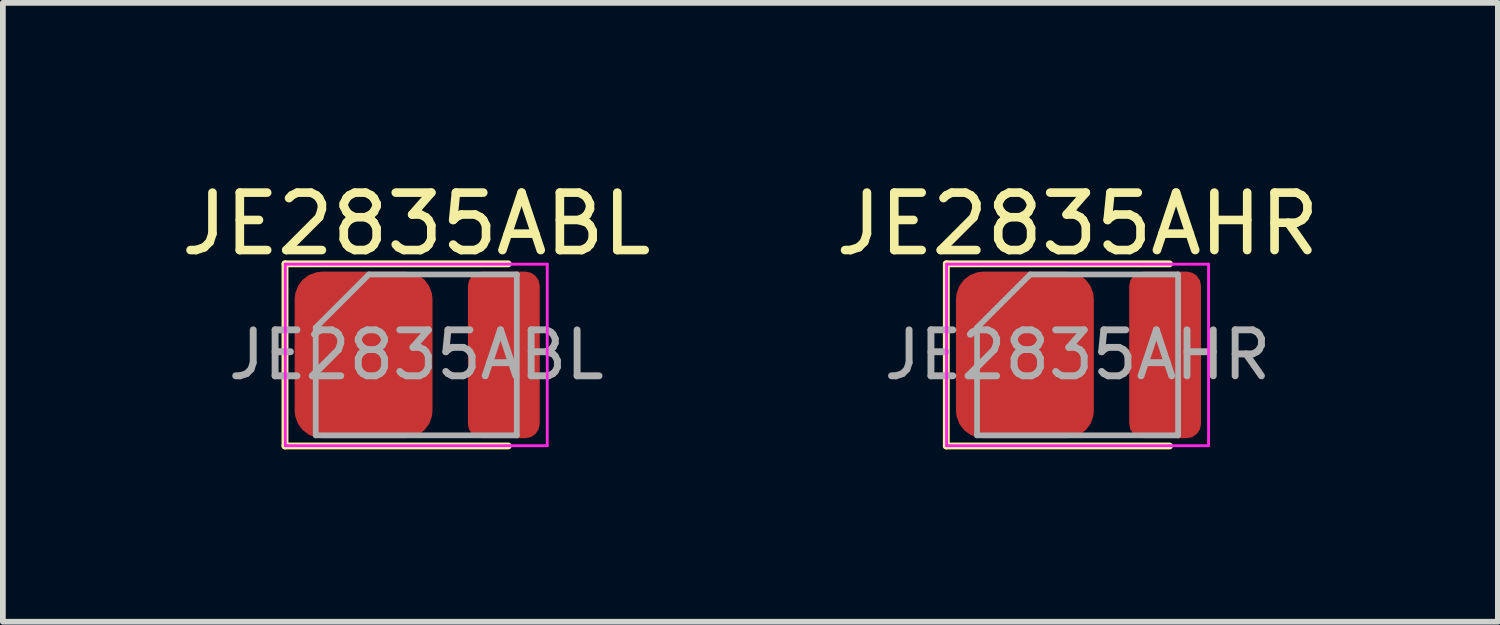
<source format=kicad_pcb>
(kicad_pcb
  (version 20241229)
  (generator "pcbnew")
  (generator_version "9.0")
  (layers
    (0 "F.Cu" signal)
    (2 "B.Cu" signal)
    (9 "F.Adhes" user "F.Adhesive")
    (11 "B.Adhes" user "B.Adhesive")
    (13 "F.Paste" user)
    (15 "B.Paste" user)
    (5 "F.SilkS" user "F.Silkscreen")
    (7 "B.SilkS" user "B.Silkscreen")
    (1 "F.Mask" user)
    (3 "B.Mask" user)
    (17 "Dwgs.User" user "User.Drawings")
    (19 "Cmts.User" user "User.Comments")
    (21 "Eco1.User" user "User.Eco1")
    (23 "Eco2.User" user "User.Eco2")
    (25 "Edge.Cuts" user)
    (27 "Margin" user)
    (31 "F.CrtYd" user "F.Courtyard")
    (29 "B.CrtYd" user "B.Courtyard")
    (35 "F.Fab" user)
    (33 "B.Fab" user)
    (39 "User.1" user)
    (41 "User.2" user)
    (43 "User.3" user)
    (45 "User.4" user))
  (footprint "JE2835AHR"
    (layer "F.Cu")
    (at 15.708 3.128)
    (property "Reference" "JE2835AHR" (at 0 -2.28 0) (layer "F.SilkS") (effects (font (size 1 1) (thickness 0.15))))
    (attr smd)
    (fp_line (start -2.285 -1.585) (end -2.285 1.585) (stroke (width 0.12) (type solid)) (layer "F.SilkS"))
    (fp_line (start -2.285 1.585) (end 1.6 1.585) (stroke (width 0.12) (type solid)) (layer "F.SilkS"))
    (fp_line (start 1.6 -1.585) (end -2.285 -1.585) (stroke (width 0.12) (type solid)) (layer "F.SilkS"))
    (fp_line (start -2.28 -1.58) (end 2.28 -1.58) (stroke (width 0.05) (type solid)) (layer "F.CrtYd"))
    (fp_line (start -2.28 1.58) (end -2.28 -1.58) (stroke (width 0.05) (type solid)) (layer "F.CrtYd"))
    (fp_line (start 2.28 -1.58) (end 2.28 1.58) (stroke (width 0.05) (type solid)) (layer "F.CrtYd"))
    (fp_line (start 2.28 1.58) (end -2.28 1.58) (stroke (width 0.05) (type solid)) (layer "F.CrtYd"))
    (fp_line (start -1.75 -0.475) (end -1.75 1.4) (stroke (width 0.1) (type solid)) (layer "F.Fab"))
    (fp_line (start -1.75 1.4) (end 1.75 1.4) (stroke (width 0.1) (type solid)) (layer "F.Fab"))
    (fp_line (start -0.825 -1.4) (end -1.75 -0.475) (stroke (width 0.1) (type solid)) (layer "F.Fab"))
    (fp_line (start 1.75 -1.4) (end -0.825 -1.4) (stroke (width 0.1) (type solid)) (layer "F.Fab"))
    (fp_line (start 1.75 1.4) (end 1.75 -1.4) (stroke (width 0.1) (type solid)) (layer "F.Fab"))
    (fp_text user "${REFERENCE}" (at 0 0 0) (layer "F.Fab") (effects (font (size 0.8 0.8) (thickness 0.12))))
    (pad "1" smd roundrect (at 1.524 0) (size 1.25 2.9) (layers "F.Cu" "F.Mask" "F.Paste") (roundrect_rratio 0.2))
    (pad "2" smd roundrect (at -0.917 0) (size 2.4 2.9) (layers "F.Cu" "F.Mask" "F.Paste") (roundrect_rratio 0.2)))
  (footprint "JE2835ABL"
    (layer "F.Cu")
    (at 4.196 3.128)
    (property "Reference" "JE2835ABL" (at 0 -2.28 0) (layer "F.SilkS") (effects (font (size 1 1) (thickness 0.15))))
    (attr smd)
    (fp_line (start -2.285 -1.585) (end -2.285 1.585) (stroke (width 0.12) (type solid)) (layer "F.SilkS"))
    (fp_line (start -2.285 1.585) (end 1.6 1.585) (stroke (width 0.12) (type solid)) (layer "F.SilkS"))
    (fp_line (start 1.6 -1.585) (end -2.285 -1.585) (stroke (width 0.12) (type solid)) (layer "F.SilkS"))
    (fp_line (start -2.28 -1.58) (end 2.28 -1.58) (stroke (width 0.05) (type solid)) (layer "F.CrtYd"))
    (fp_line (start -2.28 1.58) (end -2.28 -1.58) (stroke (width 0.05) (type solid)) (layer "F.CrtYd"))
    (fp_line (start 2.28 -1.58) (end 2.28 1.58) (stroke (width 0.05) (type solid)) (layer "F.CrtYd"))
    (fp_line (start 2.28 1.58) (end -2.28 1.58) (stroke (width 0.05) (type solid)) (layer "F.CrtYd"))
    (fp_line (start -1.75 -0.475) (end -1.75 1.4) (stroke (width 0.1) (type solid)) (layer "F.Fab"))
    (fp_line (start -1.75 1.4) (end 1.75 1.4) (stroke (width 0.1) (type solid)) (layer "F.Fab"))
    (fp_line (start -0.825 -1.4) (end -1.75 -0.475) (stroke (width 0.1) (type solid)) (layer "F.Fab"))
    (fp_line (start 1.75 -1.4) (end -0.825 -1.4) (stroke (width 0.1) (type solid)) (layer "F.Fab"))
    (fp_line (start 1.75 1.4) (end 1.75 -1.4) (stroke (width 0.1) (type solid)) (layer "F.Fab"))
    (fp_text user "${REFERENCE}" (at 0 0 0) (layer "F.Fab") (effects (font (size 0.8 0.8) (thickness 0.12))))
    (pad "1" smd roundrect (at -0.917 0) (size 2.4 2.9) (layers "F.Cu" "F.Mask" "F.Paste") (roundrect_rratio 0.2))
    (pad "2" smd roundrect (at 1.524 0) (size 1.25 2.9) (layers "F.Cu" "F.Mask" "F.Paste") (roundrect_rratio 0.2)))
  (gr_rect
    (start -3 -3)
    (end 23.024 7.773)
    (stroke (width 0.1) (type default))
    (fill no)
    (layer "Edge.Cuts")))
</source>
